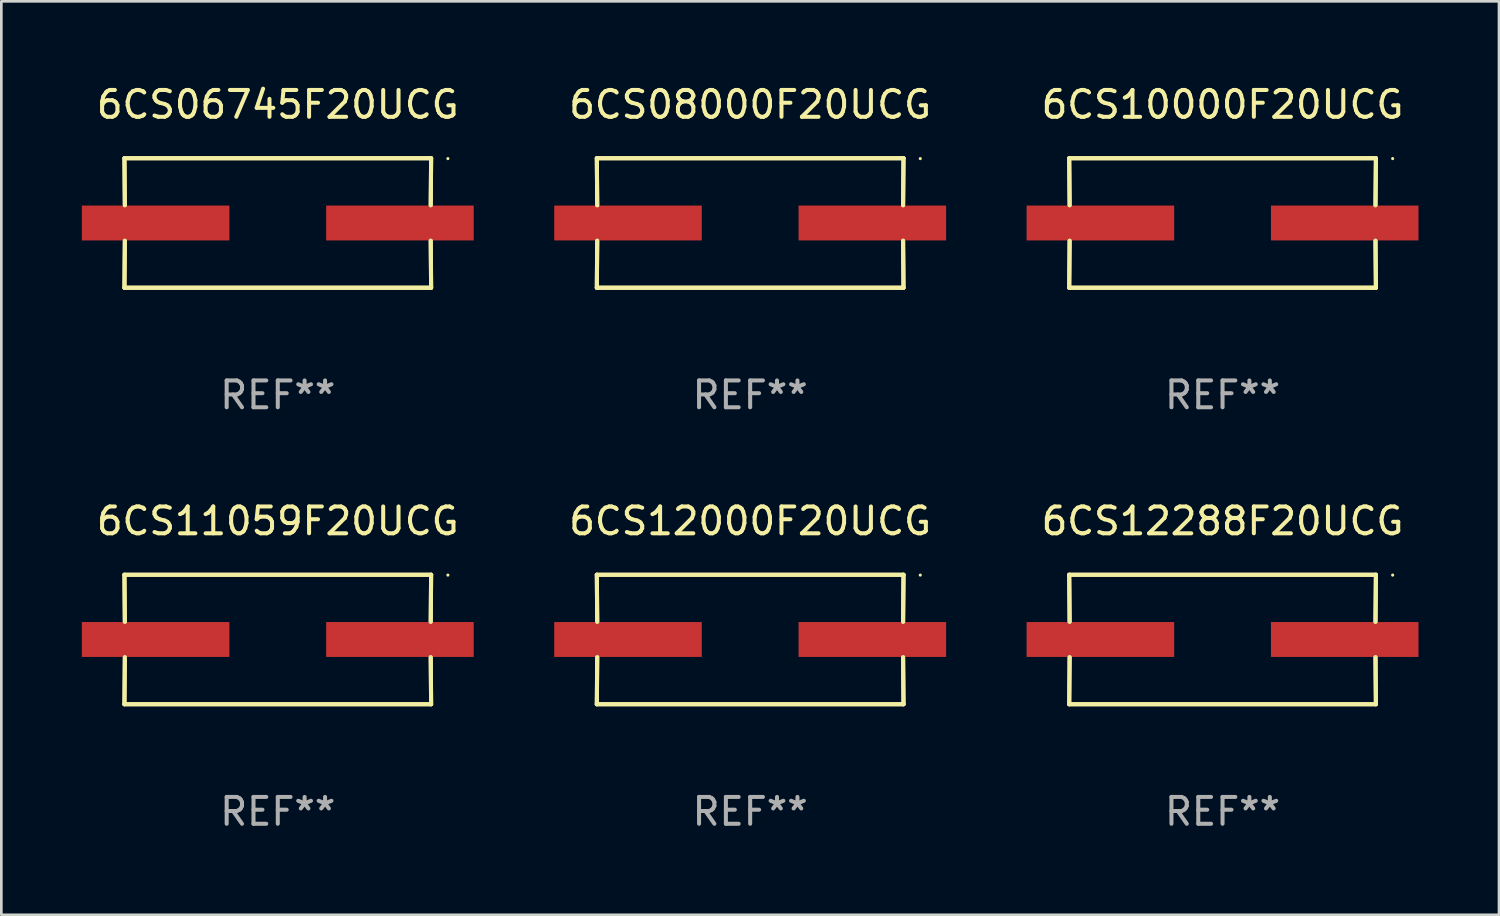
<source format=kicad_pcb>
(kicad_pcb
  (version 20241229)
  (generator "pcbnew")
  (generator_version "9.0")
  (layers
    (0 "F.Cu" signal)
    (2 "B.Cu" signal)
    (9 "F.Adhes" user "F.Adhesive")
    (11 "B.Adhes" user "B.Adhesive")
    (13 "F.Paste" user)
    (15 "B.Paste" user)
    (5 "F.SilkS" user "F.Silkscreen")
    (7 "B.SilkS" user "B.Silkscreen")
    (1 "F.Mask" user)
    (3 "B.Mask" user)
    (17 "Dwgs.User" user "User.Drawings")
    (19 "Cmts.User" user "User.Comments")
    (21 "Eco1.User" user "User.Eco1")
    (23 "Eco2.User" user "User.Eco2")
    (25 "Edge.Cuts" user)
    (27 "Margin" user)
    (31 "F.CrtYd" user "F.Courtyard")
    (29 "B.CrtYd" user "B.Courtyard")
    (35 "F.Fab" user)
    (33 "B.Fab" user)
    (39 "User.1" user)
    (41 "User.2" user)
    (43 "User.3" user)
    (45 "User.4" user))
  (footprint "6CS12288F20UCG"
    (layer "F.Cu")
    (at 42.515 20.784)
    (property "Reference" "6CS12288F20UCG" (at 0 -4.413 0) (layer "F.SilkS") (effects (font (size 1 1) (thickness 0.15))))
    (attr through_hole)
    (fp_line (start -5.715 -2.413) (end -5.7 -0.662) (stroke (width 0.152) (type solid)) (layer "F.SilkS"))
    (fp_line (start -5.715 -2.413) (end -5.7 -0.662) (stroke (width 0.152) (type solid)) (layer "F.SilkS"))
    (fp_line (start -5.715 2.413) (end 5.715 2.413) (stroke (width 0.152) (type solid)) (layer "F.SilkS"))
    (fp_line (start -5.715 2.413) (end 5.715 2.413) (stroke (width 0.152) (type solid)) (layer "F.SilkS"))
    (fp_line (start -5.7 0.662) (end -5.715 2.413) (stroke (width 0.152) (type solid)) (layer "F.SilkS"))
    (fp_line (start -5.7 0.662) (end -5.715 2.413) (stroke (width 0.152) (type solid)) (layer "F.SilkS"))
    (fp_line (start 5.7 -0.662) (end 5.715 -2.413) (stroke (width 0.152) (type solid)) (layer "F.SilkS"))
    (fp_line (start 5.7 -0.662) (end 5.715 -2.413) (stroke (width 0.152) (type solid)) (layer "F.SilkS"))
    (fp_line (start 5.715 -2.413) (end -5.715 -2.413) (stroke (width 0.152) (type solid)) (layer "F.SilkS"))
    (fp_line (start 5.715 -2.413) (end -5.715 -2.413) (stroke (width 0.152) (type solid)) (layer "F.SilkS"))
    (fp_line (start 5.715 2.413) (end 5.7 0.662) (stroke (width 0.152) (type solid)) (layer "F.SilkS"))
    (fp_line (start 5.715 2.413) (end 5.7 0.662) (stroke (width 0.152) (type solid)) (layer "F.SilkS"))
    (fp_circle (center 6.34 -2.4) (end 6.37 -2.4) (stroke (width 0.06) (type solid)) (fill no) (layer "F.SilkS"))
    (fp_text user "REF**" (at 0 6.413 0) (layer "F.Fab") (effects (font (size 1 1) (thickness 0.15))))
    (pad "1" smd rect (at 4.553 0) (size 5.5 1.3) (layers "F.Cu" "F.Mask" "F.Paste"))
    (pad "2" smd rect (at -4.553 0) (size 5.5 1.3) (layers "F.Cu" "F.Mask" "F.Paste")))
  (footprint "6CS10000F20UCG"
    (layer "F.Cu")
    (at 42.515 5.261)
    (property "Reference" "6CS10000F20UCG" (at 0 -4.413 0) (layer "F.SilkS") (effects (font (size 1 1) (thickness 0.15))))
    (attr through_hole)
    (fp_line (start -5.715 -2.413) (end -5.7 -0.662) (stroke (width 0.152) (type solid)) (layer "F.SilkS"))
    (fp_line (start -5.715 -2.413) (end -5.7 -0.662) (stroke (width 0.152) (type solid)) (layer "F.SilkS"))
    (fp_line (start -5.715 2.413) (end 5.715 2.413) (stroke (width 0.152) (type solid)) (layer "F.SilkS"))
    (fp_line (start -5.715 2.413) (end 5.715 2.413) (stroke (width 0.152) (type solid)) (layer "F.SilkS"))
    (fp_line (start -5.7 0.662) (end -5.715 2.413) (stroke (width 0.152) (type solid)) (layer "F.SilkS"))
    (fp_line (start -5.7 0.662) (end -5.715 2.413) (stroke (width 0.152) (type solid)) (layer "F.SilkS"))
    (fp_line (start 5.7 -0.662) (end 5.715 -2.413) (stroke (width 0.152) (type solid)) (layer "F.SilkS"))
    (fp_line (start 5.7 -0.662) (end 5.715 -2.413) (stroke (width 0.152) (type solid)) (layer "F.SilkS"))
    (fp_line (start 5.715 -2.413) (end -5.715 -2.413) (stroke (width 0.152) (type solid)) (layer "F.SilkS"))
    (fp_line (start 5.715 -2.413) (end -5.715 -2.413) (stroke (width 0.152) (type solid)) (layer "F.SilkS"))
    (fp_line (start 5.715 2.413) (end 5.7 0.662) (stroke (width 0.152) (type solid)) (layer "F.SilkS"))
    (fp_line (start 5.715 2.413) (end 5.7 0.662) (stroke (width 0.152) (type solid)) (layer "F.SilkS"))
    (fp_circle (center 6.34 -2.4) (end 6.37 -2.4) (stroke (width 0.06) (type solid)) (fill no) (layer "F.SilkS"))
    (fp_text user "REF**" (at 0 6.413 0) (layer "F.Fab") (effects (font (size 1 1) (thickness 0.15))))
    (pad "1" smd rect (at 4.553 0) (size 5.5 1.3) (layers "F.Cu" "F.Mask" "F.Paste"))
    (pad "2" smd rect (at -4.553 0) (size 5.5 1.3) (layers "F.Cu" "F.Mask" "F.Paste")))
  (footprint "6CS06745F20UCG"
    (layer "F.Cu")
    (at 7.303 5.261)
    (property "Reference" "6CS06745F20UCG" (at 0 -4.413 0) (layer "F.SilkS") (effects (font (size 1 1) (thickness 0.15))))
    (attr through_hole)
    (fp_line (start -5.715 -2.413) (end -5.7 -0.662) (stroke (width 0.152) (type solid)) (layer "F.SilkS"))
    (fp_line (start -5.715 -2.413) (end -5.7 -0.662) (stroke (width 0.152) (type solid)) (layer "F.SilkS"))
    (fp_line (start -5.715 2.413) (end 5.715 2.413) (stroke (width 0.152) (type solid)) (layer "F.SilkS"))
    (fp_line (start -5.715 2.413) (end 5.715 2.413) (stroke (width 0.152) (type solid)) (layer "F.SilkS"))
    (fp_line (start -5.7 0.662) (end -5.715 2.413) (stroke (width 0.152) (type solid)) (layer "F.SilkS"))
    (fp_line (start -5.7 0.662) (end -5.715 2.413) (stroke (width 0.152) (type solid)) (layer "F.SilkS"))
    (fp_line (start 5.7 -0.662) (end 5.715 -2.413) (stroke (width 0.152) (type solid)) (layer "F.SilkS"))
    (fp_line (start 5.7 -0.662) (end 5.715 -2.413) (stroke (width 0.152) (type solid)) (layer "F.SilkS"))
    (fp_line (start 5.715 -2.413) (end -5.715 -2.413) (stroke (width 0.152) (type solid)) (layer "F.SilkS"))
    (fp_line (start 5.715 -2.413) (end -5.715 -2.413) (stroke (width 0.152) (type solid)) (layer "F.SilkS"))
    (fp_line (start 5.715 2.413) (end 5.7 0.662) (stroke (width 0.152) (type solid)) (layer "F.SilkS"))
    (fp_line (start 5.715 2.413) (end 5.7 0.662) (stroke (width 0.152) (type solid)) (layer "F.SilkS"))
    (fp_circle (center 6.34 -2.4) (end 6.37 -2.4) (stroke (width 0.06) (type solid)) (fill no) (layer "F.SilkS"))
    (fp_text user "REF**" (at 0 6.413 0) (layer "F.Fab") (effects (font (size 1 1) (thickness 0.15))))
    (pad "1" smd rect (at 4.553 0) (size 5.5 1.3) (layers "F.Cu" "F.Mask" "F.Paste"))
    (pad "2" smd rect (at -4.553 0) (size 5.5 1.3) (layers "F.Cu" "F.Mask" "F.Paste")))
  (footprint "6CS12000F20UCG"
    (layer "F.Cu")
    (at 24.909 20.784)
    (property "Reference" "6CS12000F20UCG" (at 0 -4.413 0) (layer "F.SilkS") (effects (font (size 1 1) (thickness 0.15))))
    (attr through_hole)
    (fp_line (start -5.715 -2.413) (end -5.7 -0.662) (stroke (width 0.152) (type solid)) (layer "F.SilkS"))
    (fp_line (start -5.715 -2.413) (end -5.7 -0.662) (stroke (width 0.152) (type solid)) (layer "F.SilkS"))
    (fp_line (start -5.715 2.413) (end 5.715 2.413) (stroke (width 0.152) (type solid)) (layer "F.SilkS"))
    (fp_line (start -5.715 2.413) (end 5.715 2.413) (stroke (width 0.152) (type solid)) (layer "F.SilkS"))
    (fp_line (start -5.7 0.662) (end -5.715 2.413) (stroke (width 0.152) (type solid)) (layer "F.SilkS"))
    (fp_line (start -5.7 0.662) (end -5.715 2.413) (stroke (width 0.152) (type solid)) (layer "F.SilkS"))
    (fp_line (start 5.7 -0.662) (end 5.715 -2.413) (stroke (width 0.152) (type solid)) (layer "F.SilkS"))
    (fp_line (start 5.7 -0.662) (end 5.715 -2.413) (stroke (width 0.152) (type solid)) (layer "F.SilkS"))
    (fp_line (start 5.715 -2.413) (end -5.715 -2.413) (stroke (width 0.152) (type solid)) (layer "F.SilkS"))
    (fp_line (start 5.715 -2.413) (end -5.715 -2.413) (stroke (width 0.152) (type solid)) (layer "F.SilkS"))
    (fp_line (start 5.715 2.413) (end 5.7 0.662) (stroke (width 0.152) (type solid)) (layer "F.SilkS"))
    (fp_line (start 5.715 2.413) (end 5.7 0.662) (stroke (width 0.152) (type solid)) (layer "F.SilkS"))
    (fp_circle (center 6.34 -2.4) (end 6.37 -2.4) (stroke (width 0.06) (type solid)) (fill no) (layer "F.SilkS"))
    (fp_text user "REF**" (at 0 6.413 0) (layer "F.Fab") (effects (font (size 1 1) (thickness 0.15))))
    (pad "1" smd rect (at 4.553 0) (size 5.5 1.3) (layers "F.Cu" "F.Mask" "F.Paste"))
    (pad "2" smd rect (at -4.553 0) (size 5.5 1.3) (layers "F.Cu" "F.Mask" "F.Paste")))
  (footprint "6CS08000F20UCG"
    (layer "F.Cu")
    (at 24.909 5.261)
    (property "Reference" "6CS08000F20UCG" (at 0 -4.413 0) (layer "F.SilkS") (effects (font (size 1 1) (thickness 0.15))))
    (attr through_hole)
    (fp_line (start -5.715 -2.413) (end -5.7 -0.662) (stroke (width 0.152) (type solid)) (layer "F.SilkS"))
    (fp_line (start -5.715 -2.413) (end -5.7 -0.662) (stroke (width 0.152) (type solid)) (layer "F.SilkS"))
    (fp_line (start -5.715 2.413) (end 5.715 2.413) (stroke (width 0.152) (type solid)) (layer "F.SilkS"))
    (fp_line (start -5.715 2.413) (end 5.715 2.413) (stroke (width 0.152) (type solid)) (layer "F.SilkS"))
    (fp_line (start -5.7 0.662) (end -5.715 2.413) (stroke (width 0.152) (type solid)) (layer "F.SilkS"))
    (fp_line (start -5.7 0.662) (end -5.715 2.413) (stroke (width 0.152) (type solid)) (layer "F.SilkS"))
    (fp_line (start 5.7 -0.662) (end 5.715 -2.413) (stroke (width 0.152) (type solid)) (layer "F.SilkS"))
    (fp_line (start 5.7 -0.662) (end 5.715 -2.413) (stroke (width 0.152) (type solid)) (layer "F.SilkS"))
    (fp_line (start 5.715 -2.413) (end -5.715 -2.413) (stroke (width 0.152) (type solid)) (layer "F.SilkS"))
    (fp_line (start 5.715 -2.413) (end -5.715 -2.413) (stroke (width 0.152) (type solid)) (layer "F.SilkS"))
    (fp_line (start 5.715 2.413) (end 5.7 0.662) (stroke (width 0.152) (type solid)) (layer "F.SilkS"))
    (fp_line (start 5.715 2.413) (end 5.7 0.662) (stroke (width 0.152) (type solid)) (layer "F.SilkS"))
    (fp_circle (center 6.34 -2.4) (end 6.37 -2.4) (stroke (width 0.06) (type solid)) (fill no) (layer "F.SilkS"))
    (fp_text user "REF**" (at 0 6.413 0) (layer "F.Fab") (effects (font (size 1 1) (thickness 0.15))))
    (pad "1" smd rect (at 4.553 0) (size 5.5 1.3) (layers "F.Cu" "F.Mask" "F.Paste"))
    (pad "2" smd rect (at -4.553 0) (size 5.5 1.3) (layers "F.Cu" "F.Mask" "F.Paste")))
  (footprint "6CS11059F20UCG"
    (layer "F.Cu")
    (at 7.303 20.784)
    (property "Reference" "6CS11059F20UCG" (at 0 -4.413 0) (layer "F.SilkS") (effects (font (size 1 1) (thickness 0.15))))
    (attr through_hole)
    (fp_line (start -5.715 -2.413) (end -5.7 -0.662) (stroke (width 0.152) (type solid)) (layer "F.SilkS"))
    (fp_line (start -5.715 -2.413) (end -5.7 -0.662) (stroke (width 0.152) (type solid)) (layer "F.SilkS"))
    (fp_line (start -5.715 2.413) (end 5.715 2.413) (stroke (width 0.152) (type solid)) (layer "F.SilkS"))
    (fp_line (start -5.715 2.413) (end 5.715 2.413) (stroke (width 0.152) (type solid)) (layer "F.SilkS"))
    (fp_line (start -5.7 0.662) (end -5.715 2.413) (stroke (width 0.152) (type solid)) (layer "F.SilkS"))
    (fp_line (start -5.7 0.662) (end -5.715 2.413) (stroke (width 0.152) (type solid)) (layer "F.SilkS"))
    (fp_line (start 5.7 -0.662) (end 5.715 -2.413) (stroke (width 0.152) (type solid)) (layer "F.SilkS"))
    (fp_line (start 5.7 -0.662) (end 5.715 -2.413) (stroke (width 0.152) (type solid)) (layer "F.SilkS"))
    (fp_line (start 5.715 -2.413) (end -5.715 -2.413) (stroke (width 0.152) (type solid)) (layer "F.SilkS"))
    (fp_line (start 5.715 -2.413) (end -5.715 -2.413) (stroke (width 0.152) (type solid)) (layer "F.SilkS"))
    (fp_line (start 5.715 2.413) (end 5.7 0.662) (stroke (width 0.152) (type solid)) (layer "F.SilkS"))
    (fp_line (start 5.715 2.413) (end 5.7 0.662) (stroke (width 0.152) (type solid)) (layer "F.SilkS"))
    (fp_circle (center 6.34 -2.4) (end 6.37 -2.4) (stroke (width 0.06) (type solid)) (fill no) (layer "F.SilkS"))
    (fp_text user "REF**" (at 0 6.413 0) (layer "F.Fab") (effects (font (size 1 1) (thickness 0.15))))
    (pad "1" smd rect (at 4.553 0) (size 5.5 1.3) (layers "F.Cu" "F.Mask" "F.Paste"))
    (pad "2" smd rect (at -4.553 0) (size 5.5 1.3) (layers "F.Cu" "F.Mask" "F.Paste")))
  (gr_rect
    (start -3 -3)
    (end 52.818 31.045)
    (stroke (width 0.1) (type default))
    (fill no)
    (layer "Edge.Cuts")))
</source>
